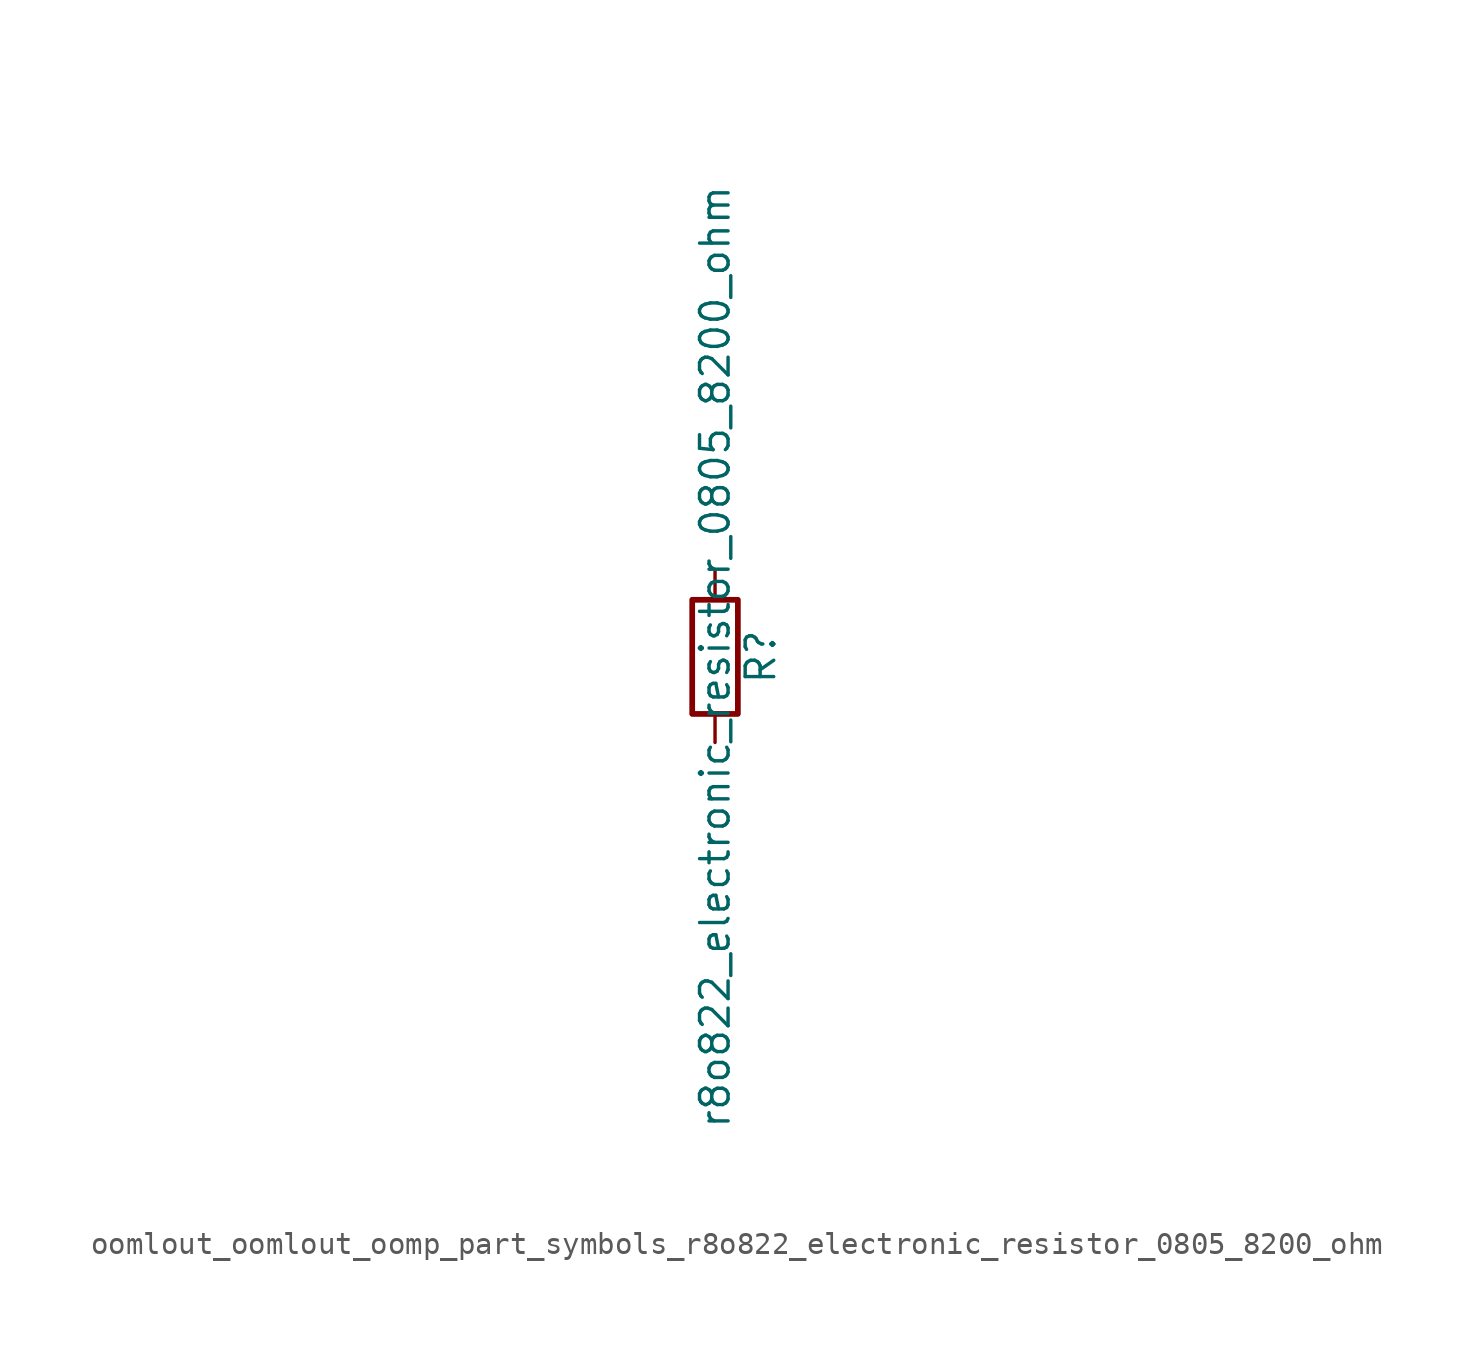
<source format=kicad_sym>
(kicad_symbol_lib
  (version 20220914)
  (generator kicad_symbol_editor)
  (symbol "oomlout_oomlout_oomp_part_symbols_r8o822_electronic_resistor_0805_8200_ohm"
    (pin_numbers hide)
    (pin_names
      (offset 0))
    (property "Reference" "R"
      (at 2.032 0 90)
      (effects (font (size 1.27 1.27))))
    (property "Value" "r8o822_electronic_resistor_0805_8200_ohm"
      (at 0 0 90)
      (effects (font (size 1.27 1.27))))
    (symbol "oomlout_oomlout_oomp_part_symbols_r8o822_electronic_resistor_0805_8200_ohm_0_1"
      (rectangle (start -1.016 -2.54) (end 1.016 2.54) (stroke (width 0.254) (type default)) (fill (type none))))
    (symbol "oomlout_oomlout_oomp_part_symbols_r8o822_electronic_resistor_0805_8200_ohm_1_1"
      (pin passive line (at 0 3.81 270) (length 1.27) (name "~" (effects (font (size 1.27 1.27)))) (number "1" (effects (font (size 1.27 1.27)))))
      (pin passive line (at 0 -3.81 90) (length 1.27) (name "~" (effects (font (size 1.27 1.27)))) (number "2" (effects (font (size 1.27 1.27))))))))
</source>
